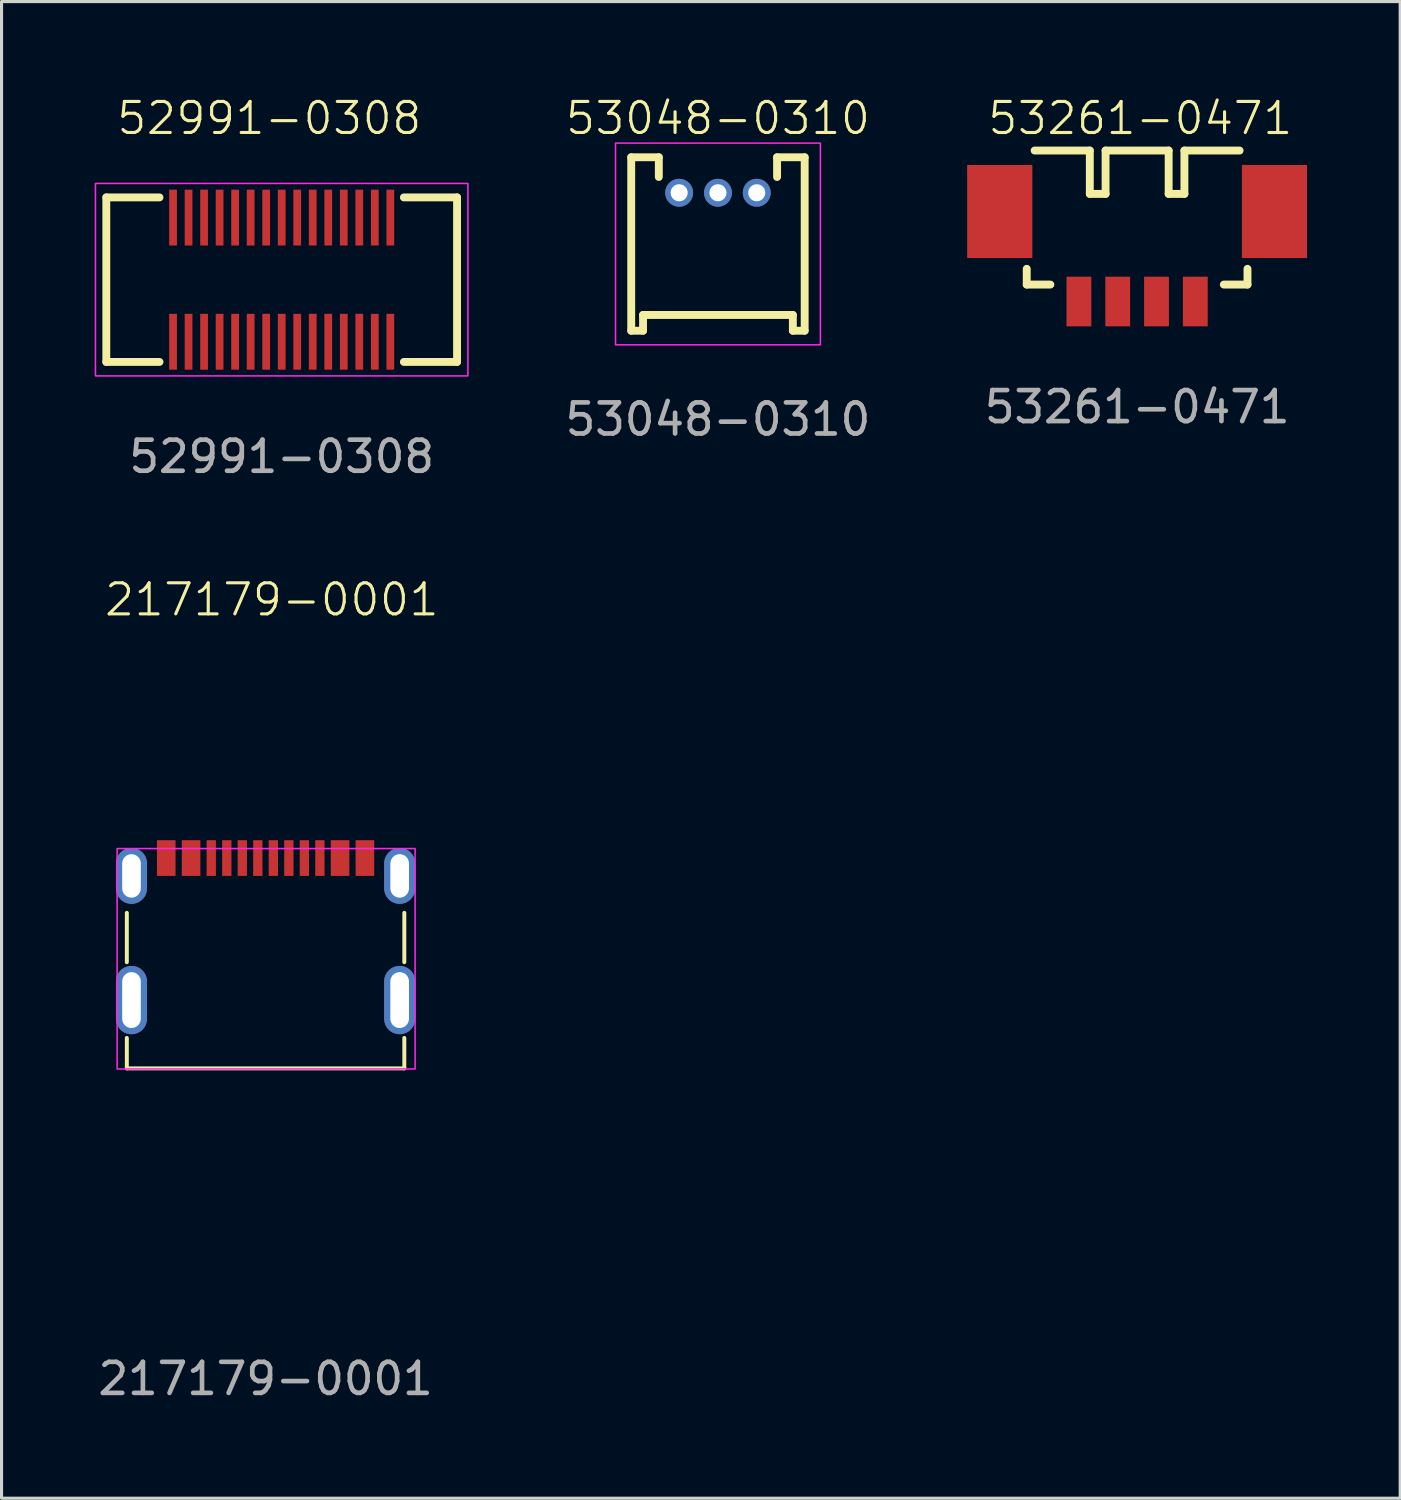
<source format=kicad_pcb>
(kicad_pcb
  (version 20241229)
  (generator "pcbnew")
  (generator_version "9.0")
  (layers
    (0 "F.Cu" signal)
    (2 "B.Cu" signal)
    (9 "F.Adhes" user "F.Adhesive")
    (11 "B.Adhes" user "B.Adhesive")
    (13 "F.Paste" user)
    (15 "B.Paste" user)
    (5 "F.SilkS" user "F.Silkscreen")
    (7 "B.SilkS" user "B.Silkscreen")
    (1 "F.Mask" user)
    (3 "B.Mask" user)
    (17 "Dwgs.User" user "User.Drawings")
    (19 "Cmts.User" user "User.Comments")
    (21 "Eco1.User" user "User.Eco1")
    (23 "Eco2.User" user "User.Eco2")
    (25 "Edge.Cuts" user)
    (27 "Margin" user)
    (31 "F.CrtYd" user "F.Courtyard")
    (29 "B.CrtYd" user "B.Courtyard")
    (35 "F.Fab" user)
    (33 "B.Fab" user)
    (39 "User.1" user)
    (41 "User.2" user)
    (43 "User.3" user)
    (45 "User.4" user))
  (footprint "53048-0310"
    (layer "F.Cu")
    (at 20.08 3.16)
    (property "Reference" "53048-0310" (at 0 -2.4 0) (unlocked yes) (layer "F.SilkS") (effects (font (size 1 1) (thickness 0.1))))
    (attr smd)
    (fp_line (start -2.794 -1.143) (end -2.794 4.445) (stroke (width 0.254) (type solid)) (layer "F.SilkS"))
    (fp_line (start -2.794 -1.143) (end -1.905 -1.143) (stroke (width 0.254) (type solid)) (layer "F.SilkS"))
    (fp_line (start -2.794 4.445) (end -2.413 4.445) (stroke (width 0.254) (type solid)) (layer "F.SilkS"))
    (fp_line (start -2.413 3.937) (end -2.413 4.445) (stroke (width 0.254) (type solid)) (layer "F.SilkS"))
    (fp_line (start -2.413 3.937) (end 2.413 3.937) (stroke (width 0.254) (type solid)) (layer "F.SilkS"))
    (fp_line (start -1.905 -1.143) (end -1.905 -0.508) (stroke (width 0.254) (type solid)) (layer "F.SilkS"))
    (fp_line (start 1.905 -1.143) (end 1.905 -0.508) (stroke (width 0.254) (type solid)) (layer "F.SilkS"))
    (fp_line (start 1.905 -1.143) (end 2.794 -1.143) (stroke (width 0.254) (type solid)) (layer "F.SilkS"))
    (fp_line (start 2.413 3.937) (end 2.413 4.445) (stroke (width 0.254) (type solid)) (layer "F.SilkS"))
    (fp_line (start 2.413 4.445) (end 2.794 4.445) (stroke (width 0.254) (type solid)) (layer "F.SilkS"))
    (fp_line (start 2.794 -1.143) (end 2.794 4.445) (stroke (width 0.254) (type solid)) (layer "F.SilkS"))
    (fp_rect (start -3.3 -1.6) (end 3.3 4.9) (stroke (width 0.05) (type solid)) (fill no) (layer "F.CrtYd"))
    (fp_text user "${REFERENCE}" (at 0 7.3 0) (unlocked yes) (layer "F.Fab") (effects (font (size 1 1) (thickness 0.15))))
    (pad "1" thru_hole circle (at -1.25 0.000007 180) (size 0.9 0.9) (drill 0.55) (layers "*.Cu" "*.Mask"))
    (pad "2" thru_hole circle (at 0 0 180) (size 0.9 0.9) (drill 0.55) (layers "*.Cu" "*.Mask"))
    (pad "3" thru_hole circle (at 1.25 0.000007 180) (size 0.9 0.9) (drill 0.55) (layers "*.Cu" "*.Mask")))
  (footprint "52991-0308"
    (layer "F.Cu")
    (at 6.025 5.96)
    (property "Reference" "52991-0308" (at -0.4 -5.2 0) (unlocked yes) (layer "F.SilkS") (effects (font (size 1 1) (thickness 0.1))))
    (attr smd)
    (fp_line (start -5.65 -2.65) (end -5.65 2.65) (stroke (width 0.254) (type solid)) (layer "F.SilkS"))
    (fp_line (start -5.65 -2.65) (end -3.937 -2.65) (stroke (width 0.254) (type solid)) (layer "F.SilkS"))
    (fp_line (start -5.65 2.65) (end -3.937 2.65) (stroke (width 0.254) (type solid)) (layer "F.SilkS"))
    (fp_line (start 3.937 -2.65) (end 5.65 -2.65) (stroke (width 0.254) (type solid)) (layer "F.SilkS"))
    (fp_line (start 3.937 2.65) (end 5.65 2.65) (stroke (width 0.254) (type solid)) (layer "F.SilkS"))
    (fp_line (start 5.65 -2.65) (end 5.65 2.65) (stroke (width 0.254) (type solid)) (layer "F.SilkS"))
    (fp_rect (start -6 -3.1) (end 6 3.1) (stroke (width 0.05) (type solid)) (fill no) (layer "F.CrtYd"))
    (fp_text user "${REFERENCE}" (at 0 5.7 0) (unlocked yes) (layer "F.Fab") (effects (font (size 1 1) (thickness 0.15))))
    (pad "1" smd rect (at -3.5 -2 270) (size 1.8 0.25) (layers "F.Cu" "F.Mask" "F.Paste"))
    (pad "2" smd rect (at -3.5 2 270) (size 1.8 0.25) (layers "F.Cu" "F.Mask" "F.Paste"))
    (pad "3" smd rect (at -3 -2 270) (size 1.8 0.25) (layers "F.Cu" "F.Mask" "F.Paste"))
    (pad "4" smd rect (at -3 2 270) (size 1.8 0.25) (layers "F.Cu" "F.Mask" "F.Paste"))
    (pad "5" smd rect (at -2.5 -2 270) (size 1.8 0.25) (layers "F.Cu" "F.Mask" "F.Paste"))
    (pad "6" smd rect (at -2.5 2 270) (size 1.8 0.25) (layers "F.Cu" "F.Mask" "F.Paste"))
    (pad "7" smd rect (at -2 -2 270) (size 1.8 0.25) (layers "F.Cu" "F.Mask" "F.Paste"))
    (pad "8" smd rect (at -2 2 270) (size 1.8 0.25) (layers "F.Cu" "F.Mask" "F.Paste"))
    (pad "9" smd rect (at -1.5 -2 270) (size 1.8 0.25) (layers "F.Cu" "F.Mask" "F.Paste"))
    (pad "10" smd rect (at -1.5 2 270) (size 1.8 0.25) (layers "F.Cu" "F.Mask" "F.Paste"))
    (pad "11" smd rect (at -1 -2 270) (size 1.8 0.25) (layers "F.Cu" "F.Mask" "F.Paste"))
    (pad "12" smd rect (at -1 2 270) (size 1.8 0.25) (layers "F.Cu" "F.Mask" "F.Paste"))
    (pad "13" smd rect (at -0.5 -2 270) (size 1.8 0.25) (layers "F.Cu" "F.Mask" "F.Paste"))
    (pad "14" smd rect (at -0.5 2 270) (size 1.8 0.25) (layers "F.Cu" "F.Mask" "F.Paste"))
    (pad "15" smd rect (at 0 -2 270) (size 1.8 0.25) (layers "F.Cu" "F.Mask" "F.Paste"))
    (pad "16" smd rect (at 0 2 270) (size 1.8 0.25) (layers "F.Cu" "F.Mask" "F.Paste"))
    (pad "17" smd rect (at 0.5 -2 270) (size 1.8 0.25) (layers "F.Cu" "F.Mask" "F.Paste"))
    (pad "18" smd rect (at 0.5 2 270) (size 1.8 0.25) (layers "F.Cu" "F.Mask" "F.Paste"))
    (pad "19" smd rect (at 1 -2 270) (size 1.8 0.25) (layers "F.Cu" "F.Mask" "F.Paste"))
    (pad "20" smd rect (at 1 2 270) (size 1.8 0.25) (layers "F.Cu" "F.Mask" "F.Paste"))
    (pad "21" smd rect (at 1.5 -2 270) (size 1.8 0.25) (layers "F.Cu" "F.Mask" "F.Paste"))
    (pad "22" smd rect (at 1.5 2 270) (size 1.8 0.25) (layers "F.Cu" "F.Mask" "F.Paste"))
    (pad "23" smd rect (at 2 -2 270) (size 1.8 0.25) (layers "F.Cu" "F.Mask" "F.Paste"))
    (pad "24" smd rect (at 2 2 270) (size 1.8 0.25) (layers "F.Cu" "F.Mask" "F.Paste"))
    (pad "25" smd rect (at 2.5 -2 270) (size 1.8 0.25) (layers "F.Cu" "F.Mask" "F.Paste"))
    (pad "26" smd rect (at 2.5 2 270) (size 1.8 0.25) (layers "F.Cu" "F.Mask" "F.Paste"))
    (pad "27" smd rect (at 3 -2 270) (size 1.8 0.25) (layers "F.Cu" "F.Mask" "F.Paste"))
    (pad "28" smd rect (at 3 2 270) (size 1.8 0.25) (layers "F.Cu" "F.Mask" "F.Paste"))
    (pad "29" smd rect (at 3.5 -2 270) (size 1.8 0.25) (layers "F.Cu" "F.Mask" "F.Paste"))
    (pad "30" smd rect (at 3.5 2 270) (size 1.8 0.25) (layers "F.Cu" "F.Mask" "F.Paste")))
  (footprint "217179-0001"
    (layer "F.Cu")
    (at 5.506 29.169)
    (property "Reference" "217179-0001" (at 0.2 -12.9 0) (unlocked yes) (layer "F.SilkS") (effects (font (size 1 1) (thickness 0.1))))
    (attr smd)
    (fp_line (start -4.47 -1.22) (end -4.47 -2.81) (stroke (width 0.127) (type solid)) (layer "F.SilkS"))
    (fp_line (start -4.47 2.2) (end -4.47 1.22) (stroke (width 0.127) (type solid)) (layer "F.SilkS"))
    (fp_line (start 4.47 -1.22) (end 4.47 -2.81) (stroke (width 0.127) (type solid)) (layer "F.SilkS"))
    (fp_line (start 4.47 2.2) (end -4.47 2.2) (stroke (width 0.127) (type solid)) (layer "F.SilkS"))
    (fp_line (start 4.47 2.2) (end 4.47 1.22) (stroke (width 0.127) (type solid)) (layer "F.SilkS"))
    (fp_rect (start -4.783 -4.881) (end 4.817 2.219) (stroke (width 0.05) (type solid)) (fill no) (layer "F.CrtYd"))
    (fp_text user "${REFERENCE}" (at 0 12.2 0) (unlocked yes) (layer "F.Fab") (effects (font (size 1 1) (thickness 0.15))))
    (pad "A1_B12" smd rect (at -3.2 -4.575) (size 0.6 1.15) (layers "F.Cu" "F.Mask" "F.Paste"))
    (pad "A4_B9" smd rect (at -2.4 -4.575) (size 0.6 1.15) (layers "F.Cu" "F.Mask" "F.Paste"))
    (pad "A5" smd rect (at -1.25 -4.575) (size 0.3 1.15) (layers "F.Cu" "F.Mask" "F.Paste"))
    (pad "A6" smd rect (at -0.25 -4.575) (size 0.3 1.15) (layers "F.Cu" "F.Mask" "F.Paste"))
    (pad "A7" smd rect (at 0.25 -4.575) (size 0.3 1.15) (layers "F.Cu" "F.Mask" "F.Paste"))
    (pad "A8" smd rect (at 1.25 -4.575) (size 0.3 1.15) (layers "F.Cu" "F.Mask" "F.Paste"))
    (pad "B1_A12" smd rect (at 3.2 -4.575) (size 0.6 1.15) (layers "F.Cu" "F.Mask" "F.Paste"))
    (pad "B4_A9" smd rect (at 2.4 -4.575) (size 0.6 1.15) (layers "F.Cu" "F.Mask" "F.Paste"))
    (pad "B5" smd rect (at 1.75 -4.575) (size 0.3 1.15) (layers "F.Cu" "F.Mask" "F.Paste"))
    (pad "B6" smd rect (at 0.75 -4.575) (size 0.3 1.15) (layers "F.Cu" "F.Mask" "F.Paste"))
    (pad "B7" smd rect (at -0.75 -4.575) (size 0.3 1.15) (layers "F.Cu" "F.Mask" "F.Paste"))
    (pad "B8" smd rect (at -1.75 -4.575) (size 0.3 1.15) (layers "F.Cu" "F.Mask" "F.Paste"))
    (pad "SH1" thru_hole oval (at -4.32 -4 90) (size 1.8 1) (drill oval 1.4 0.6) (layers "*.Cu" "*.Mask"))
    (pad "SH2" thru_hole oval (at 4.32 -4 90) (size 1.8 1) (drill oval 1.4 0.6) (layers "*.Cu" "*.Mask"))
    (pad "SH3" thru_hole oval (at -4.32 0 90) (size 2.2 1) (drill oval 1.8 0.6) (layers "*.Cu" "*.Mask"))
    (pad "SH4" thru_hole oval (at 4.32 0 90) (size 2.2 1) (drill oval 1.8 0.6) (layers "*.Cu" "*.Mask")))
  (footprint "53261-0471"
    (layer "F.Cu")
    (at 33.587 5.861)
    (property "Reference" "53261-0471" (at 0.1 -5.1 0) (unlocked yes) (layer "F.SilkS") (effects (font (size 1 1) (thickness 0.1))))
    (attr smd)
    (fp_line (start -3.559 -0.251) (end -3.559 0.257) (stroke (width 0.254) (type solid)) (layer "F.SilkS"))
    (fp_line (start -3.559 0.257) (end -2.797 0.257) (stroke (width 0.254) (type solid)) (layer "F.SilkS"))
    (fp_line (start -3.305 -4.061) (end -1.527 -4.061) (stroke (width 0.254) (type solid)) (layer "F.SilkS"))
    (fp_line (start -1.527 -4.061) (end -1.527 -2.664) (stroke (width 0.254) (type solid)) (layer "F.SilkS"))
    (fp_line (start -1.527 -2.664) (end -1.019 -2.664) (stroke (width 0.254) (type solid)) (layer "F.SilkS"))
    (fp_line (start -1.019 -4.061) (end -1.019 -2.664) (stroke (width 0.254) (type solid)) (layer "F.SilkS"))
    (fp_line (start -1.019 -4.061) (end 1.013 -4.061) (stroke (width 0.254) (type solid)) (layer "F.SilkS"))
    (fp_line (start 1.013 -4.061) (end 1.013 -2.664) (stroke (width 0.254) (type solid)) (layer "F.SilkS"))
    (fp_line (start 1.013 -2.664) (end 1.521 -2.664) (stroke (width 0.254) (type solid)) (layer "F.SilkS"))
    (fp_line (start 1.521 -4.061) (end 1.521 -2.664) (stroke (width 0.254) (type solid)) (layer "F.SilkS"))
    (fp_line (start 1.521 -4.061) (end 3.299 -4.061) (stroke (width 0.254) (type solid)) (layer "F.SilkS"))
    (fp_line (start 2.791 0.257) (end 3.553 0.257) (stroke (width 0.254) (type solid)) (layer "F.SilkS"))
    (fp_line (start 3.553 -0.251) (end 3.553 0.257) (stroke (width 0.254) (type solid)) (layer "F.SilkS"))
    (fp_text user "${REFERENCE}" (at 0 4.2 0) (unlocked yes) (layer "F.Fab") (effects (font (size 1 1) (thickness 0.15))))
    (pad "1" smd rect (at -1.878 0.803) (size 0.8 1.6) (layers "F.Cu" "F.Mask" "F.Paste"))
    (pad "2" smd rect (at -0.628 0.803) (size 0.8 1.6) (layers "F.Cu" "F.Mask" "F.Paste"))
    (pad "3" smd rect (at 0.622 0.803 180) (size 0.8 1.6) (layers "F.Cu" "F.Mask" "F.Paste"))
    (pad "4" smd rect (at 1.872 0.803 180) (size 0.8 1.6) (layers "F.Cu" "F.Mask" "F.Paste"))
    (pad "MP" smd rect (at -4.428 -2.097) (size 2.1 3) (layers "F.Cu" "F.Mask" "F.Paste"))
    (pad "MP" smd rect (at 4.422 -2.097 180) (size 2.1 3) (layers "F.Cu" "F.Mask" "F.Paste")))
  (gr_rect
    (start -3 -3)
    (end 42.06 45.218)
    (stroke (width 0.1) (type default))
    (fill no)
    (layer "Edge.Cuts")))
</source>
